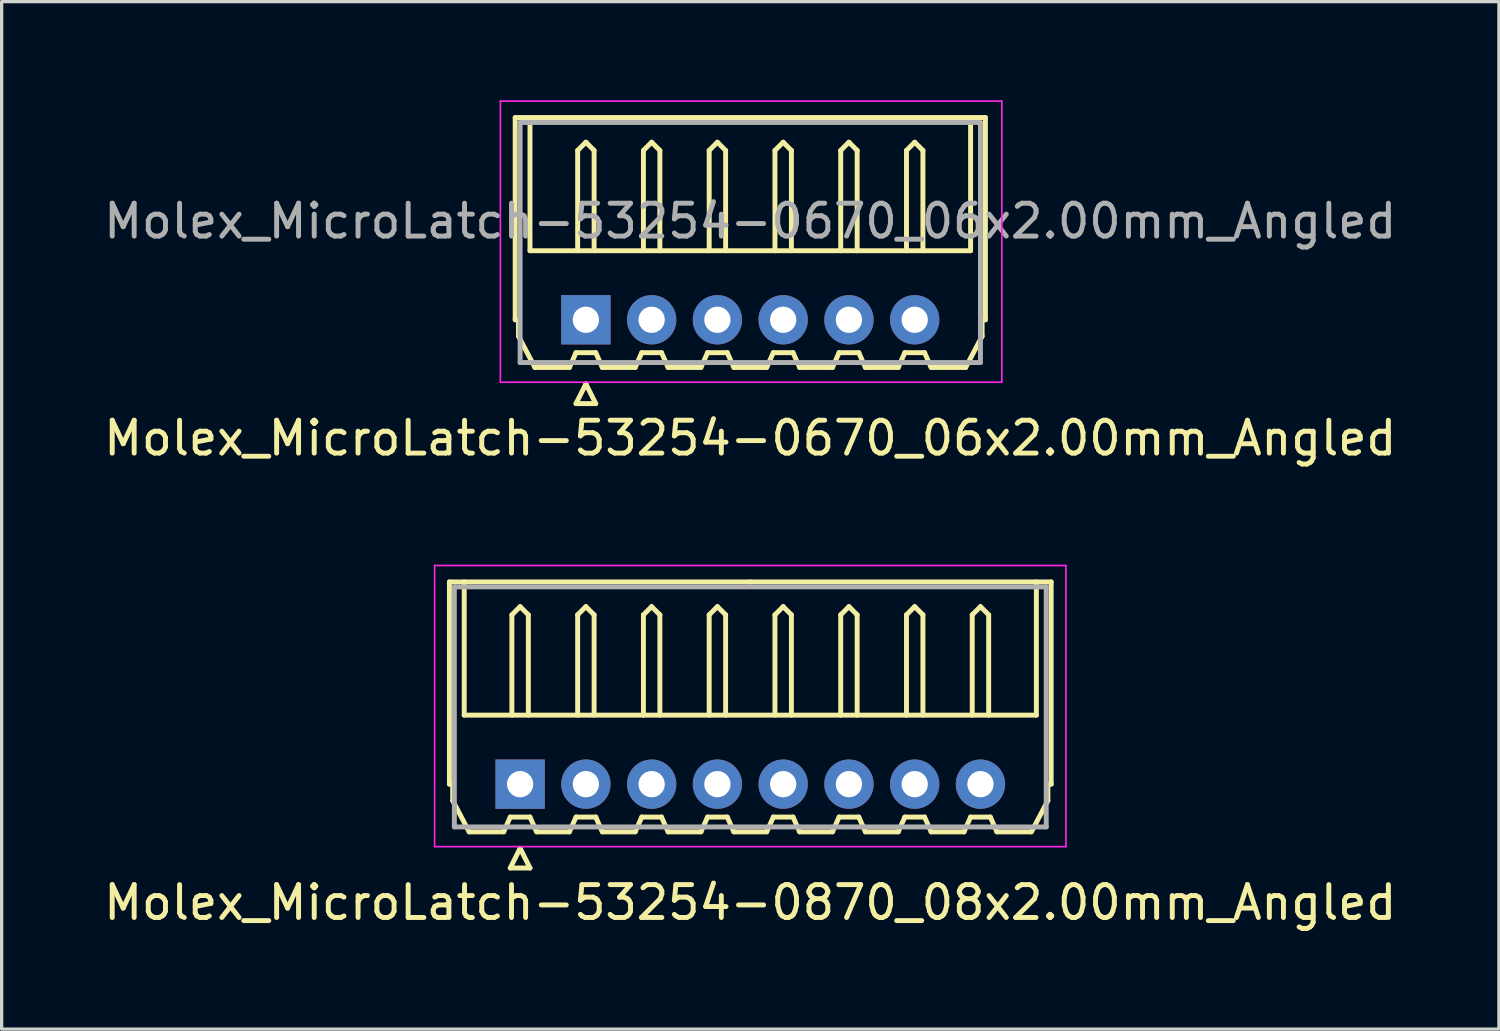
<source format=kicad_pcb>
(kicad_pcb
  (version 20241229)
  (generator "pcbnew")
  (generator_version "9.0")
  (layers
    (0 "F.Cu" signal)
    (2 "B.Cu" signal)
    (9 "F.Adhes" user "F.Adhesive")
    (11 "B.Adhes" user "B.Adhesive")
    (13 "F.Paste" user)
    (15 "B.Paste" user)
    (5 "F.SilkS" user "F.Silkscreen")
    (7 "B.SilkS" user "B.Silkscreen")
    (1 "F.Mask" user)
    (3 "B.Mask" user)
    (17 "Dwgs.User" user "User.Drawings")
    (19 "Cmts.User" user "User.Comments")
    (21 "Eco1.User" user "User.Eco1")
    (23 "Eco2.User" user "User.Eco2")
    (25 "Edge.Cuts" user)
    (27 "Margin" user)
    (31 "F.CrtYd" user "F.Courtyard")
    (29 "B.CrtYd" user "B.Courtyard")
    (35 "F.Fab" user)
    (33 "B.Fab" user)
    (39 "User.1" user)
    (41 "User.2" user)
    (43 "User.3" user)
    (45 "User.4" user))
  (footprint "Molex_MicroLatch-53254-0670_06x2.00mm_Angled"
    (layer "F.Cu")
    (at 14.768 6.675)
    (property "Reference" "Molex_MicroLatch-53254-0670_06x2.00mm_Angled" (at 5 3.6 0) (layer "F.SilkS") (effects (font (size 1 1) (thickness 0.15))))
    (attr through_hole)
    (fp_line (start -2.15 -6.15) (end 5 -6.15) (stroke (width 0.15) (type solid)) (layer "F.SilkS"))
    (fp_line (start -2.15 0) (end -2.15 -6.15) (stroke (width 0.15) (type solid)) (layer "F.SilkS"))
    (fp_line (start -2.05 0) (end -2.15 0) (stroke (width 0.15) (type solid)) (layer "F.SilkS"))
    (fp_line (start -2.05 0.5) (end -2.05 0) (stroke (width 0.15) (type solid)) (layer "F.SilkS"))
    (fp_line (start -1.7 -6.15) (end -1.7 -2.1) (stroke (width 0.15) (type solid)) (layer "F.SilkS"))
    (fp_line (start -1.7 -2.1) (end 11.7 -2.1) (stroke (width 0.15) (type solid)) (layer "F.SilkS"))
    (fp_line (start -1.55 1.45) (end -2.05 0.5) (stroke (width 0.15) (type solid)) (layer "F.SilkS"))
    (fp_line (start -0.5 1.45) (end -1.55 1.45) (stroke (width 0.15) (type solid)) (layer "F.SilkS"))
    (fp_line (start -0.3 1) (end -0.5 1.45) (stroke (width 0.15) (type solid)) (layer "F.SilkS"))
    (fp_line (start -0.3 1) (end 0.3 1) (stroke (width 0.15) (type solid)) (layer "F.SilkS"))
    (fp_line (start -0.3 2.55) (end 0.3 2.55) (stroke (width 0.15) (type solid)) (layer "F.SilkS"))
    (fp_line (start -0.25 -5.15) (end 0 -5.4) (stroke (width 0.15) (type solid)) (layer "F.SilkS"))
    (fp_line (start -0.25 -2.1) (end -0.25 -5.15) (stroke (width 0.15) (type solid)) (layer "F.SilkS"))
    (fp_line (start 0 -5.4) (end 0.25 -5.15) (stroke (width 0.15) (type solid)) (layer "F.SilkS"))
    (fp_line (start 0 1.95) (end -0.3 2.55) (stroke (width 0.15) (type solid)) (layer "F.SilkS"))
    (fp_line (start 0.25 -5.15) (end 0.25 -2.1) (stroke (width 0.15) (type solid)) (layer "F.SilkS"))
    (fp_line (start 0.3 1) (end 0.5 1.45) (stroke (width 0.15) (type solid)) (layer "F.SilkS"))
    (fp_line (start 0.3 2.55) (end 0 1.95) (stroke (width 0.15) (type solid)) (layer "F.SilkS"))
    (fp_line (start 0.5 1.45) (end 1.5 1.45) (stroke (width 0.15) (type solid)) (layer "F.SilkS"))
    (fp_line (start 1.5 1.45) (end 1.7 1) (stroke (width 0.15) (type solid)) (layer "F.SilkS"))
    (fp_line (start 1.7 1) (end 2.3 1) (stroke (width 0.15) (type solid)) (layer "F.SilkS"))
    (fp_line (start 1.75 -5.15) (end 2 -5.4) (stroke (width 0.15) (type solid)) (layer "F.SilkS"))
    (fp_line (start 1.75 -2.1) (end 1.75 -5.15) (stroke (width 0.15) (type solid)) (layer "F.SilkS"))
    (fp_line (start 2 -5.4) (end 2.25 -5.15) (stroke (width 0.15) (type solid)) (layer "F.SilkS"))
    (fp_line (start 2.25 -5.15) (end 2.25 -2.1) (stroke (width 0.15) (type solid)) (layer "F.SilkS"))
    (fp_line (start 2.3 1) (end 2.5 1.45) (stroke (width 0.15) (type solid)) (layer "F.SilkS"))
    (fp_line (start 2.5 1.45) (end 3.5 1.45) (stroke (width 0.15) (type solid)) (layer "F.SilkS"))
    (fp_line (start 3.5 1.45) (end 3.7 1) (stroke (width 0.15) (type solid)) (layer "F.SilkS"))
    (fp_line (start 3.7 1) (end 4.3 1) (stroke (width 0.15) (type solid)) (layer "F.SilkS"))
    (fp_line (start 3.75 -5.15) (end 4 -5.4) (stroke (width 0.15) (type solid)) (layer "F.SilkS"))
    (fp_line (start 3.75 -2.1) (end 3.75 -5.15) (stroke (width 0.15) (type solid)) (layer "F.SilkS"))
    (fp_line (start 4 -5.4) (end 4.25 -5.15) (stroke (width 0.15) (type solid)) (layer "F.SilkS"))
    (fp_line (start 4.25 -5.15) (end 4.25 -2.1) (stroke (width 0.15) (type solid)) (layer "F.SilkS"))
    (fp_line (start 4.3 1) (end 4.5 1.45) (stroke (width 0.15) (type solid)) (layer "F.SilkS"))
    (fp_line (start 4.5 1.45) (end 5.5 1.45) (stroke (width 0.15) (type solid)) (layer "F.SilkS"))
    (fp_line (start 5.5 1.45) (end 5.7 1) (stroke (width 0.15) (type solid)) (layer "F.SilkS"))
    (fp_line (start 5.7 1) (end 6.3 1) (stroke (width 0.15) (type solid)) (layer "F.SilkS"))
    (fp_line (start 5.75 -5.15) (end 6 -5.4) (stroke (width 0.15) (type solid)) (layer "F.SilkS"))
    (fp_line (start 5.75 -2.1) (end 5.75 -5.15) (stroke (width 0.15) (type solid)) (layer "F.SilkS"))
    (fp_line (start 6 -5.4) (end 6.25 -5.15) (stroke (width 0.15) (type solid)) (layer "F.SilkS"))
    (fp_line (start 6.25 -5.15) (end 6.25 -2.1) (stroke (width 0.15) (type solid)) (layer "F.SilkS"))
    (fp_line (start 6.3 1) (end 6.5 1.45) (stroke (width 0.15) (type solid)) (layer "F.SilkS"))
    (fp_line (start 6.5 1.45) (end 7.5 1.45) (stroke (width 0.15) (type solid)) (layer "F.SilkS"))
    (fp_line (start 7.5 1.45) (end 7.7 1) (stroke (width 0.15) (type solid)) (layer "F.SilkS"))
    (fp_line (start 7.7 1) (end 8.3 1) (stroke (width 0.15) (type solid)) (layer "F.SilkS"))
    (fp_line (start 7.75 -5.15) (end 8 -5.4) (stroke (width 0.15) (type solid)) (layer "F.SilkS"))
    (fp_line (start 7.75 -2.1) (end 7.75 -5.15) (stroke (width 0.15) (type solid)) (layer "F.SilkS"))
    (fp_line (start 8 -5.4) (end 8.25 -5.15) (stroke (width 0.15) (type solid)) (layer "F.SilkS"))
    (fp_line (start 8.25 -5.15) (end 8.25 -2.1) (stroke (width 0.15) (type solid)) (layer "F.SilkS"))
    (fp_line (start 8.3 1) (end 8.5 1.45) (stroke (width 0.15) (type solid)) (layer "F.SilkS"))
    (fp_line (start 8.5 1.45) (end 9.5 1.45) (stroke (width 0.15) (type solid)) (layer "F.SilkS"))
    (fp_line (start 9.5 1.45) (end 9.7 1) (stroke (width 0.15) (type solid)) (layer "F.SilkS"))
    (fp_line (start 9.7 1) (end 10.3 1) (stroke (width 0.15) (type solid)) (layer "F.SilkS"))
    (fp_line (start 9.75 -5.15) (end 10 -5.4) (stroke (width 0.15) (type solid)) (layer "F.SilkS"))
    (fp_line (start 9.75 -2.1) (end 9.75 -5.15) (stroke (width 0.15) (type solid)) (layer "F.SilkS"))
    (fp_line (start 10 -5.4) (end 10.25 -5.15) (stroke (width 0.15) (type solid)) (layer "F.SilkS"))
    (fp_line (start 10.25 -5.15) (end 10.25 -2.1) (stroke (width 0.15) (type solid)) (layer "F.SilkS"))
    (fp_line (start 10.3 1) (end 10.5 1.45) (stroke (width 0.15) (type solid)) (layer "F.SilkS"))
    (fp_line (start 10.5 1.45) (end 11.55 1.45) (stroke (width 0.15) (type solid)) (layer "F.SilkS"))
    (fp_line (start 11.55 1.45) (end 12.05 0.5) (stroke (width 0.15) (type solid)) (layer "F.SilkS"))
    (fp_line (start 11.7 -2.1) (end 11.7 -6.15) (stroke (width 0.15) (type solid)) (layer "F.SilkS"))
    (fp_line (start 12.05 0) (end 12.15 0) (stroke (width 0.15) (type solid)) (layer "F.SilkS"))
    (fp_line (start 12.05 0.5) (end 12.05 0) (stroke (width 0.15) (type solid)) (layer "F.SilkS"))
    (fp_line (start 12.15 -6.15) (end 5 -6.15) (stroke (width 0.15) (type solid)) (layer "F.SilkS"))
    (fp_line (start 12.15 0) (end 12.15 -6.15) (stroke (width 0.15) (type solid)) (layer "F.SilkS"))
    (fp_line (start -2.6 -6.65) (end -2.6 1.9) (stroke (width 0.05) (type solid)) (layer "F.CrtYd"))
    (fp_line (start -2.6 1.9) (end 12.65 1.9) (stroke (width 0.05) (type solid)) (layer "F.CrtYd"))
    (fp_line (start 12.65 -6.65) (end -2.6 -6.65) (stroke (width 0.05) (type solid)) (layer "F.CrtYd"))
    (fp_line (start 12.65 1.9) (end 12.65 -6.65) (stroke (width 0.05) (type solid)) (layer "F.CrtYd"))
    (fp_line (start -2 -6) (end -2 1.3) (stroke (width 0.15) (type solid)) (layer "F.Fab"))
    (fp_line (start -2 1.3) (end 12 1.3) (stroke (width 0.15) (type solid)) (layer "F.Fab"))
    (fp_line (start 12 -6) (end -2 -6) (stroke (width 0.15) (type solid)) (layer "F.Fab"))
    (fp_line (start 12 1.3) (end 12 -6) (stroke (width 0.15) (type solid)) (layer "F.Fab"))
    (fp_text user "${REFERENCE}" (at 5 -3 0) (layer "F.Fab") (effects (font (size 1 1) (thickness 0.15))))
    (pad "1" thru_hole rect (at 0 0) (size 1.5 1.5) (drill 0.8) (layers "*.Cu" "*.Mask"))
    (pad "2" thru_hole circle (at 2 0) (size 1.5 1.5) (drill 0.8) (layers "*.Cu" "*.Mask"))
    (pad "3" thru_hole circle (at 4 0) (size 1.5 1.5) (drill 0.8) (layers "*.Cu" "*.Mask"))
    (pad "4" thru_hole circle (at 6 0) (size 1.5 1.5) (drill 0.8) (layers "*.Cu" "*.Mask"))
    (pad "5" thru_hole circle (at 8 0) (size 1.5 1.5) (drill 0.8) (layers "*.Cu" "*.Mask"))
    (pad "6" thru_hole circle (at 10 0) (size 1.5 1.5) (drill 0.8) (layers "*.Cu" "*.Mask")))
  (footprint "Molex_MicroLatch-53254-0870_08x2.00mm_Angled"
    (layer "F.Cu")
    (at 12.768 20.798)
    (property "Reference" "Molex_MicroLatch-53254-0870_08x2.00mm_Angled" (at 7 3.6 0) (layer "F.SilkS") (effects (font (size 1 1) (thickness 0.15))))
    (attr through_hole)
    (fp_line (start -2.15 -6.15) (end 7 -6.15) (stroke (width 0.15) (type solid)) (layer "F.SilkS"))
    (fp_line (start -2.15 0) (end -2.15 -6.15) (stroke (width 0.15) (type solid)) (layer "F.SilkS"))
    (fp_line (start -2.05 0) (end -2.15 0) (stroke (width 0.15) (type solid)) (layer "F.SilkS"))
    (fp_line (start -2.05 0.5) (end -2.05 0) (stroke (width 0.15) (type solid)) (layer "F.SilkS"))
    (fp_line (start -1.7 -6.15) (end -1.7 -2.1) (stroke (width 0.15) (type solid)) (layer "F.SilkS"))
    (fp_line (start -1.7 -2.1) (end 15.7 -2.1) (stroke (width 0.15) (type solid)) (layer "F.SilkS"))
    (fp_line (start -1.55 1.45) (end -2.05 0.5) (stroke (width 0.15) (type solid)) (layer "F.SilkS"))
    (fp_line (start -0.5 1.45) (end -1.55 1.45) (stroke (width 0.15) (type solid)) (layer "F.SilkS"))
    (fp_line (start -0.3 1) (end -0.5 1.45) (stroke (width 0.15) (type solid)) (layer "F.SilkS"))
    (fp_line (start -0.3 1) (end 0.3 1) (stroke (width 0.15) (type solid)) (layer "F.SilkS"))
    (fp_line (start -0.3 2.55) (end 0.3 2.55) (stroke (width 0.15) (type solid)) (layer "F.SilkS"))
    (fp_line (start -0.25 -5.15) (end 0 -5.4) (stroke (width 0.15) (type solid)) (layer "F.SilkS"))
    (fp_line (start -0.25 -2.1) (end -0.25 -5.15) (stroke (width 0.15) (type solid)) (layer "F.SilkS"))
    (fp_line (start 0 -5.4) (end 0.25 -5.15) (stroke (width 0.15) (type solid)) (layer "F.SilkS"))
    (fp_line (start 0 1.95) (end -0.3 2.55) (stroke (width 0.15) (type solid)) (layer "F.SilkS"))
    (fp_line (start 0.25 -5.15) (end 0.25 -2.1) (stroke (width 0.15) (type solid)) (layer "F.SilkS"))
    (fp_line (start 0.3 1) (end 0.5 1.45) (stroke (width 0.15) (type solid)) (layer "F.SilkS"))
    (fp_line (start 0.3 2.55) (end 0 1.95) (stroke (width 0.15) (type solid)) (layer "F.SilkS"))
    (fp_line (start 0.5 1.45) (end 1.5 1.45) (stroke (width 0.15) (type solid)) (layer "F.SilkS"))
    (fp_line (start 1.5 1.45) (end 1.7 1) (stroke (width 0.15) (type solid)) (layer "F.SilkS"))
    (fp_line (start 1.7 1) (end 2.3 1) (stroke (width 0.15) (type solid)) (layer "F.SilkS"))
    (fp_line (start 1.75 -5.15) (end 2 -5.4) (stroke (width 0.15) (type solid)) (layer "F.SilkS"))
    (fp_line (start 1.75 -2.1) (end 1.75 -5.15) (stroke (width 0.15) (type solid)) (layer "F.SilkS"))
    (fp_line (start 2 -5.4) (end 2.25 -5.15) (stroke (width 0.15) (type solid)) (layer "F.SilkS"))
    (fp_line (start 2.25 -5.15) (end 2.25 -2.1) (stroke (width 0.15) (type solid)) (layer "F.SilkS"))
    (fp_line (start 2.3 1) (end 2.5 1.45) (stroke (width 0.15) (type solid)) (layer "F.SilkS"))
    (fp_line (start 2.5 1.45) (end 3.5 1.45) (stroke (width 0.15) (type solid)) (layer "F.SilkS"))
    (fp_line (start 3.5 1.45) (end 3.7 1) (stroke (width 0.15) (type solid)) (layer "F.SilkS"))
    (fp_line (start 3.7 1) (end 4.3 1) (stroke (width 0.15) (type solid)) (layer "F.SilkS"))
    (fp_line (start 3.75 -5.15) (end 4 -5.4) (stroke (width 0.15) (type solid)) (layer "F.SilkS"))
    (fp_line (start 3.75 -2.1) (end 3.75 -5.15) (stroke (width 0.15) (type solid)) (layer "F.SilkS"))
    (fp_line (start 4 -5.4) (end 4.25 -5.15) (stroke (width 0.15) (type solid)) (layer "F.SilkS"))
    (fp_line (start 4.25 -5.15) (end 4.25 -2.1) (stroke (width 0.15) (type solid)) (layer "F.SilkS"))
    (fp_line (start 4.3 1) (end 4.5 1.45) (stroke (width 0.15) (type solid)) (layer "F.SilkS"))
    (fp_line (start 4.5 1.45) (end 5.5 1.45) (stroke (width 0.15) (type solid)) (layer "F.SilkS"))
    (fp_line (start 5.5 1.45) (end 5.7 1) (stroke (width 0.15) (type solid)) (layer "F.SilkS"))
    (fp_line (start 5.7 1) (end 6.3 1) (stroke (width 0.15) (type solid)) (layer "F.SilkS"))
    (fp_line (start 5.75 -5.15) (end 6 -5.4) (stroke (width 0.15) (type solid)) (layer "F.SilkS"))
    (fp_line (start 5.75 -2.1) (end 5.75 -5.15) (stroke (width 0.15) (type solid)) (layer "F.SilkS"))
    (fp_line (start 6 -5.4) (end 6.25 -5.15) (stroke (width 0.15) (type solid)) (layer "F.SilkS"))
    (fp_line (start 6.25 -5.15) (end 6.25 -2.1) (stroke (width 0.15) (type solid)) (layer "F.SilkS"))
    (fp_line (start 6.3 1) (end 6.5 1.45) (stroke (width 0.15) (type solid)) (layer "F.SilkS"))
    (fp_line (start 6.5 1.45) (end 7.5 1.45) (stroke (width 0.15) (type solid)) (layer "F.SilkS"))
    (fp_line (start 7.5 1.45) (end 7.7 1) (stroke (width 0.15) (type solid)) (layer "F.SilkS"))
    (fp_line (start 7.7 1) (end 8.3 1) (stroke (width 0.15) (type solid)) (layer "F.SilkS"))
    (fp_line (start 7.75 -5.15) (end 8 -5.4) (stroke (width 0.15) (type solid)) (layer "F.SilkS"))
    (fp_line (start 7.75 -2.1) (end 7.75 -5.15) (stroke (width 0.15) (type solid)) (layer "F.SilkS"))
    (fp_line (start 8 -5.4) (end 8.25 -5.15) (stroke (width 0.15) (type solid)) (layer "F.SilkS"))
    (fp_line (start 8.25 -5.15) (end 8.25 -2.1) (stroke (width 0.15) (type solid)) (layer "F.SilkS"))
    (fp_line (start 8.3 1) (end 8.5 1.45) (stroke (width 0.15) (type solid)) (layer "F.SilkS"))
    (fp_line (start 8.5 1.45) (end 9.5 1.45) (stroke (width 0.15) (type solid)) (layer "F.SilkS"))
    (fp_line (start 9.5 1.45) (end 9.7 1) (stroke (width 0.15) (type solid)) (layer "F.SilkS"))
    (fp_line (start 9.7 1) (end 10.3 1) (stroke (width 0.15) (type solid)) (layer "F.SilkS"))
    (fp_line (start 9.75 -5.15) (end 10 -5.4) (stroke (width 0.15) (type solid)) (layer "F.SilkS"))
    (fp_line (start 9.75 -2.1) (end 9.75 -5.15) (stroke (width 0.15) (type solid)) (layer "F.SilkS"))
    (fp_line (start 10 -5.4) (end 10.25 -5.15) (stroke (width 0.15) (type solid)) (layer "F.SilkS"))
    (fp_line (start 10.25 -5.15) (end 10.25 -2.1) (stroke (width 0.15) (type solid)) (layer "F.SilkS"))
    (fp_line (start 10.3 1) (end 10.5 1.45) (stroke (width 0.15) (type solid)) (layer "F.SilkS"))
    (fp_line (start 10.5 1.45) (end 11.5 1.45) (stroke (width 0.15) (type solid)) (layer "F.SilkS"))
    (fp_line (start 11.5 1.45) (end 11.7 1) (stroke (width 0.15) (type solid)) (layer "F.SilkS"))
    (fp_line (start 11.7 1) (end 12.3 1) (stroke (width 0.15) (type solid)) (layer "F.SilkS"))
    (fp_line (start 11.75 -5.15) (end 12 -5.4) (stroke (width 0.15) (type solid)) (layer "F.SilkS"))
    (fp_line (start 11.75 -2.1) (end 11.75 -5.15) (stroke (width 0.15) (type solid)) (layer "F.SilkS"))
    (fp_line (start 12 -5.4) (end 12.25 -5.15) (stroke (width 0.15) (type solid)) (layer "F.SilkS"))
    (fp_line (start 12.25 -5.15) (end 12.25 -2.1) (stroke (width 0.15) (type solid)) (layer "F.SilkS"))
    (fp_line (start 12.3 1) (end 12.5 1.45) (stroke (width 0.15) (type solid)) (layer "F.SilkS"))
    (fp_line (start 12.5 1.45) (end 13.5 1.45) (stroke (width 0.15) (type solid)) (layer "F.SilkS"))
    (fp_line (start 13.5 1.45) (end 13.7 1) (stroke (width 0.15) (type solid)) (layer "F.SilkS"))
    (fp_line (start 13.7 1) (end 14.3 1) (stroke (width 0.15) (type solid)) (layer "F.SilkS"))
    (fp_line (start 13.75 -5.15) (end 14 -5.4) (stroke (width 0.15) (type solid)) (layer "F.SilkS"))
    (fp_line (start 13.75 -2.1) (end 13.75 -5.15) (stroke (width 0.15) (type solid)) (layer "F.SilkS"))
    (fp_line (start 14 -5.4) (end 14.25 -5.15) (stroke (width 0.15) (type solid)) (layer "F.SilkS"))
    (fp_line (start 14.25 -5.15) (end 14.25 -2.1) (stroke (width 0.15) (type solid)) (layer "F.SilkS"))
    (fp_line (start 14.3 1) (end 14.5 1.45) (stroke (width 0.15) (type solid)) (layer "F.SilkS"))
    (fp_line (start 14.5 1.45) (end 15.55 1.45) (stroke (width 0.15) (type solid)) (layer "F.SilkS"))
    (fp_line (start 15.55 1.45) (end 16.05 0.5) (stroke (width 0.15) (type solid)) (layer "F.SilkS"))
    (fp_line (start 15.7 -2.1) (end 15.7 -6.15) (stroke (width 0.15) (type solid)) (layer "F.SilkS"))
    (fp_line (start 16.05 0) (end 16.15 0) (stroke (width 0.15) (type solid)) (layer "F.SilkS"))
    (fp_line (start 16.05 0.5) (end 16.05 0) (stroke (width 0.15) (type solid)) (layer "F.SilkS"))
    (fp_line (start 16.15 -6.15) (end 7 -6.15) (stroke (width 0.15) (type solid)) (layer "F.SilkS"))
    (fp_line (start 16.15 0) (end 16.15 -6.15) (stroke (width 0.15) (type solid)) (layer "F.SilkS"))
    (fp_line (start -2.6 -6.65) (end -2.6 1.9) (stroke (width 0.05) (type solid)) (layer "F.CrtYd"))
    (fp_line (start -2.6 1.9) (end 16.6 1.9) (stroke (width 0.05) (type solid)) (layer "F.CrtYd"))
    (fp_line (start 16.6 -6.65) (end -2.6 -6.65) (stroke (width 0.05) (type solid)) (layer "F.CrtYd"))
    (fp_line (start 16.6 1.9) (end 16.6 -6.65) (stroke (width 0.05) (type solid)) (layer "F.CrtYd"))
    (fp_line (start -2 -6) (end -2 1.3) (stroke (width 0.15) (type solid)) (layer "F.Fab"))
    (fp_line (start -2 1.3) (end 16 1.3) (stroke (width 0.15) (type solid)) (layer "F.Fab"))
    (fp_line (start 16 -6) (end -2 -6) (stroke (width 0.15) (type solid)) (layer "F.Fab"))
    (fp_line (start 16 1.3) (end 16 -6) (stroke (width 0.15) (type solid)) (layer "F.Fab"))
    (pad "1" thru_hole rect (at 0 0) (size 1.5 1.5) (drill 0.8) (layers "*.Cu" "*.Mask"))
    (pad "2" thru_hole circle (at 2 0) (size 1.5 1.5) (drill 0.8) (layers "*.Cu" "*.Mask"))
    (pad "3" thru_hole circle (at 4 0) (size 1.5 1.5) (drill 0.8) (layers "*.Cu" "*.Mask"))
    (pad "4" thru_hole circle (at 6 0) (size 1.5 1.5) (drill 0.8) (layers "*.Cu" "*.Mask"))
    (pad "5" thru_hole circle (at 8 0) (size 1.5 1.5) (drill 0.8) (layers "*.Cu" "*.Mask"))
    (pad "6" thru_hole circle (at 10 0) (size 1.5 1.5) (drill 0.8) (layers "*.Cu" "*.Mask"))
    (pad "7" thru_hole circle (at 12 0) (size 1.5 1.5) (drill 0.8) (layers "*.Cu" "*.Mask"))
    (pad "8" thru_hole circle (at 14 0) (size 1.5 1.5) (drill 0.8) (layers "*.Cu" "*.Mask")))
  (gr_rect
    (start -3 -3)
    (end 42.536 28.247)
    (stroke (width 0.1) (type default))
    (fill no)
    (layer "Edge.Cuts")))
</source>
